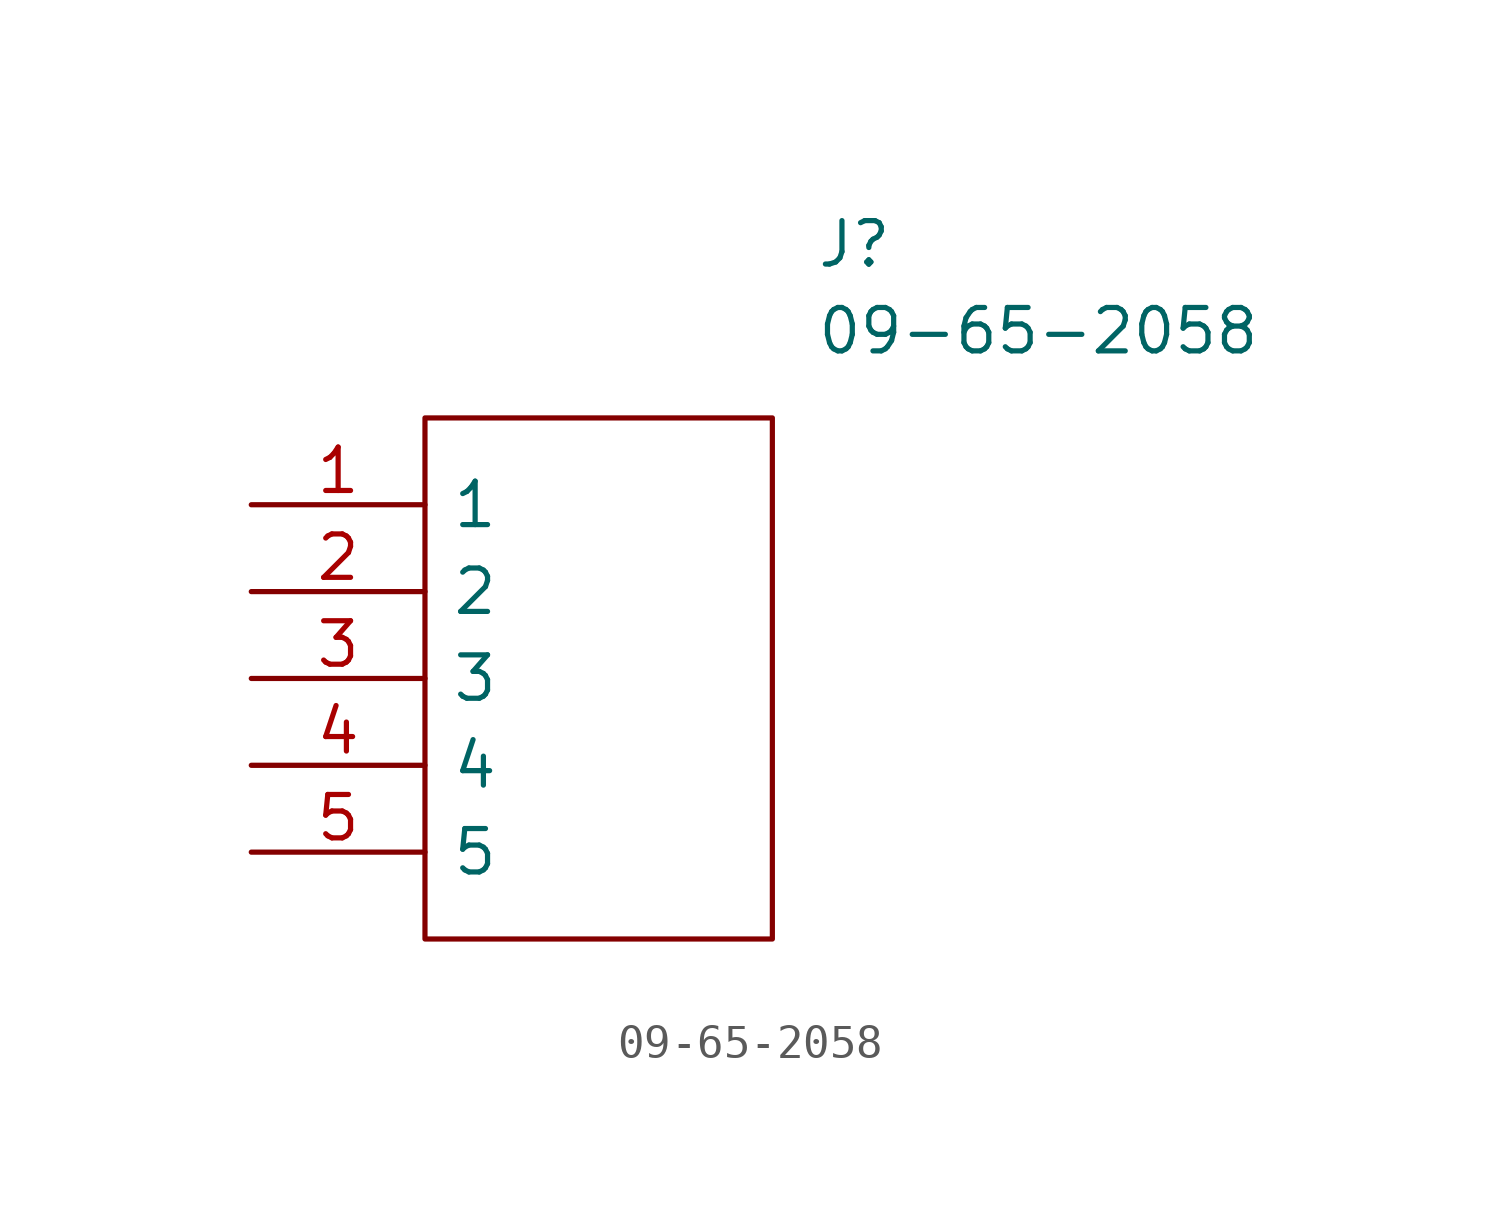
<source format=kicad_sym>
(kicad_symbol_lib
  (version 20211014)
  (generator kicad_symbol_editor)
  (symbol "09-65-2058"
    (pin_names
      (offset 0.762))
    (property "Reference" "J"
      (at 16.51 7.62 0)
      (effects (font (size 1.27 1.27)) (justify left)))
    (property "Value" "09-65-2058"
      (at 16.51 5.08 0)
      (effects (font (size 1.27 1.27)) (justify left)))
    (symbol "09-65-2058_0_0"
      (pin passive line (at 0 0 0) (length 5.08) (name "1" (effects (font (size 1.27 1.27)))) (number "1" (effects (font (size 1.27 1.27)))))
      (pin passive line (at 0 -2.54 0) (length 5.08) (name "2" (effects (font (size 1.27 1.27)))) (number "2" (effects (font (size 1.27 1.27)))))
      (pin passive line (at 0 -5.08 0) (length 5.08) (name "3" (effects (font (size 1.27 1.27)))) (number "3" (effects (font (size 1.27 1.27)))))
      (pin passive line (at 0 -7.62 0) (length 5.08) (name "4" (effects (font (size 1.27 1.27)))) (number "4" (effects (font (size 1.27 1.27)))))
      (pin passive line (at 0 -10.16 0) (length 5.08) (name "5" (effects (font (size 1.27 1.27)))) (number "5" (effects (font (size 1.27 1.27))))))
    (symbol "09-65-2058_0_1"
      (polyline (pts (xy 5.08 2.54) (xy 15.24 2.54) (xy 15.24 -12.7) (xy 5.08 -12.7) (xy 5.08 2.54)) (stroke (width 0.152) (type default) (color 0 0 0 0)) (fill (type none))))))
</source>
